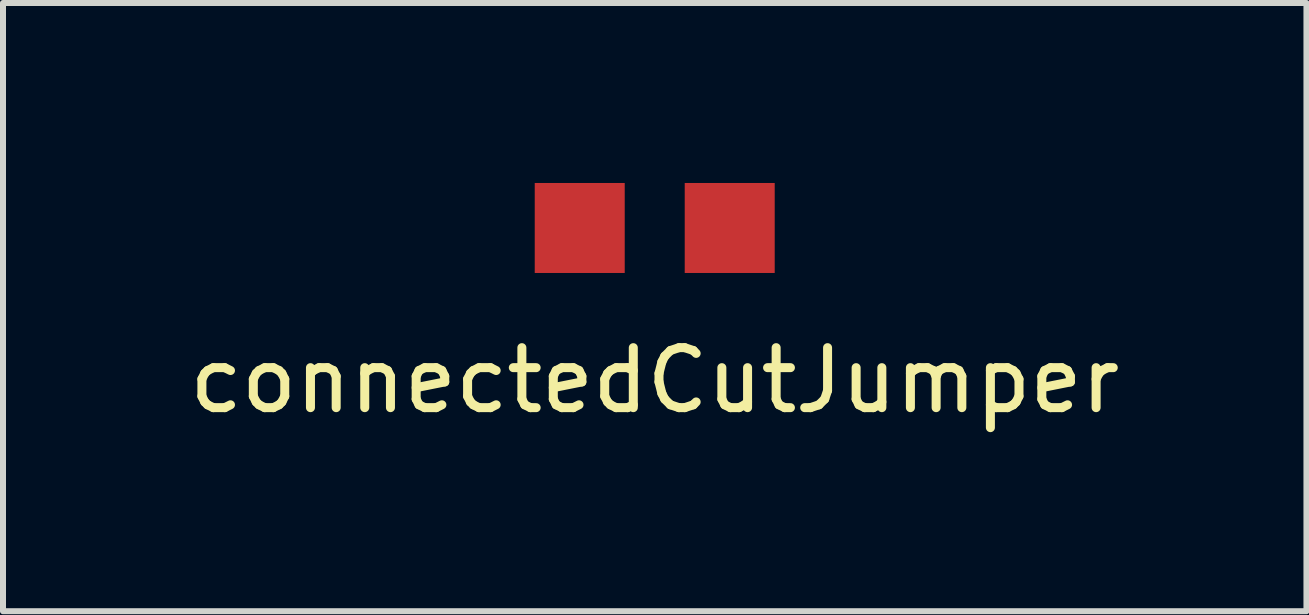
<source format=kicad_pcb>
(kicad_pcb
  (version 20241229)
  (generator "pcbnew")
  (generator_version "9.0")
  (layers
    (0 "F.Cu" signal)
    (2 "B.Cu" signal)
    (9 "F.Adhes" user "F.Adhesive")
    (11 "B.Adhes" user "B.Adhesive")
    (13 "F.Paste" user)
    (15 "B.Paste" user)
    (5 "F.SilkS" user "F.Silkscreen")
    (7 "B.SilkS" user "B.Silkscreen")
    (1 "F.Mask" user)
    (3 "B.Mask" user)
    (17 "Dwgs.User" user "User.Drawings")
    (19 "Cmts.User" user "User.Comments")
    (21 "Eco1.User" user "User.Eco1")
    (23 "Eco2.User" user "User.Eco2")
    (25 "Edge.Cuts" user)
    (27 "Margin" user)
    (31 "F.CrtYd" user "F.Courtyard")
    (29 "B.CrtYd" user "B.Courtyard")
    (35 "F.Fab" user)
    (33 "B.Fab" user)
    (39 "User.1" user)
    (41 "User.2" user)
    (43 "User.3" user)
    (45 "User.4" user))
  (footprint "connectedCutJumper"
    (layer "F.Cu")
    (at 7.863 0.75)
    (property "Reference" "connectedCutJumper" (at 0 2.54 0) (layer "F.SilkS") (effects (font (size 1 1) (thickness 0.15))))
    (attr through_hole)
    (pad "1" smd rect (at -1.25 0) (size 1.5 1.5) (layers "F.Cu" "F.Mask" "F.Paste"))
    (pad "2" smd rect (at 1.25 0) (size 1.5 1.5) (layers "F.Cu" "F.Mask" "F.Paste")))
  (gr_rect
    (start -3 -3)
    (end 18.726 7.138)
    (stroke (width 0.1) (type default))
    (fill no)
    (layer "Edge.Cuts")))
</source>
